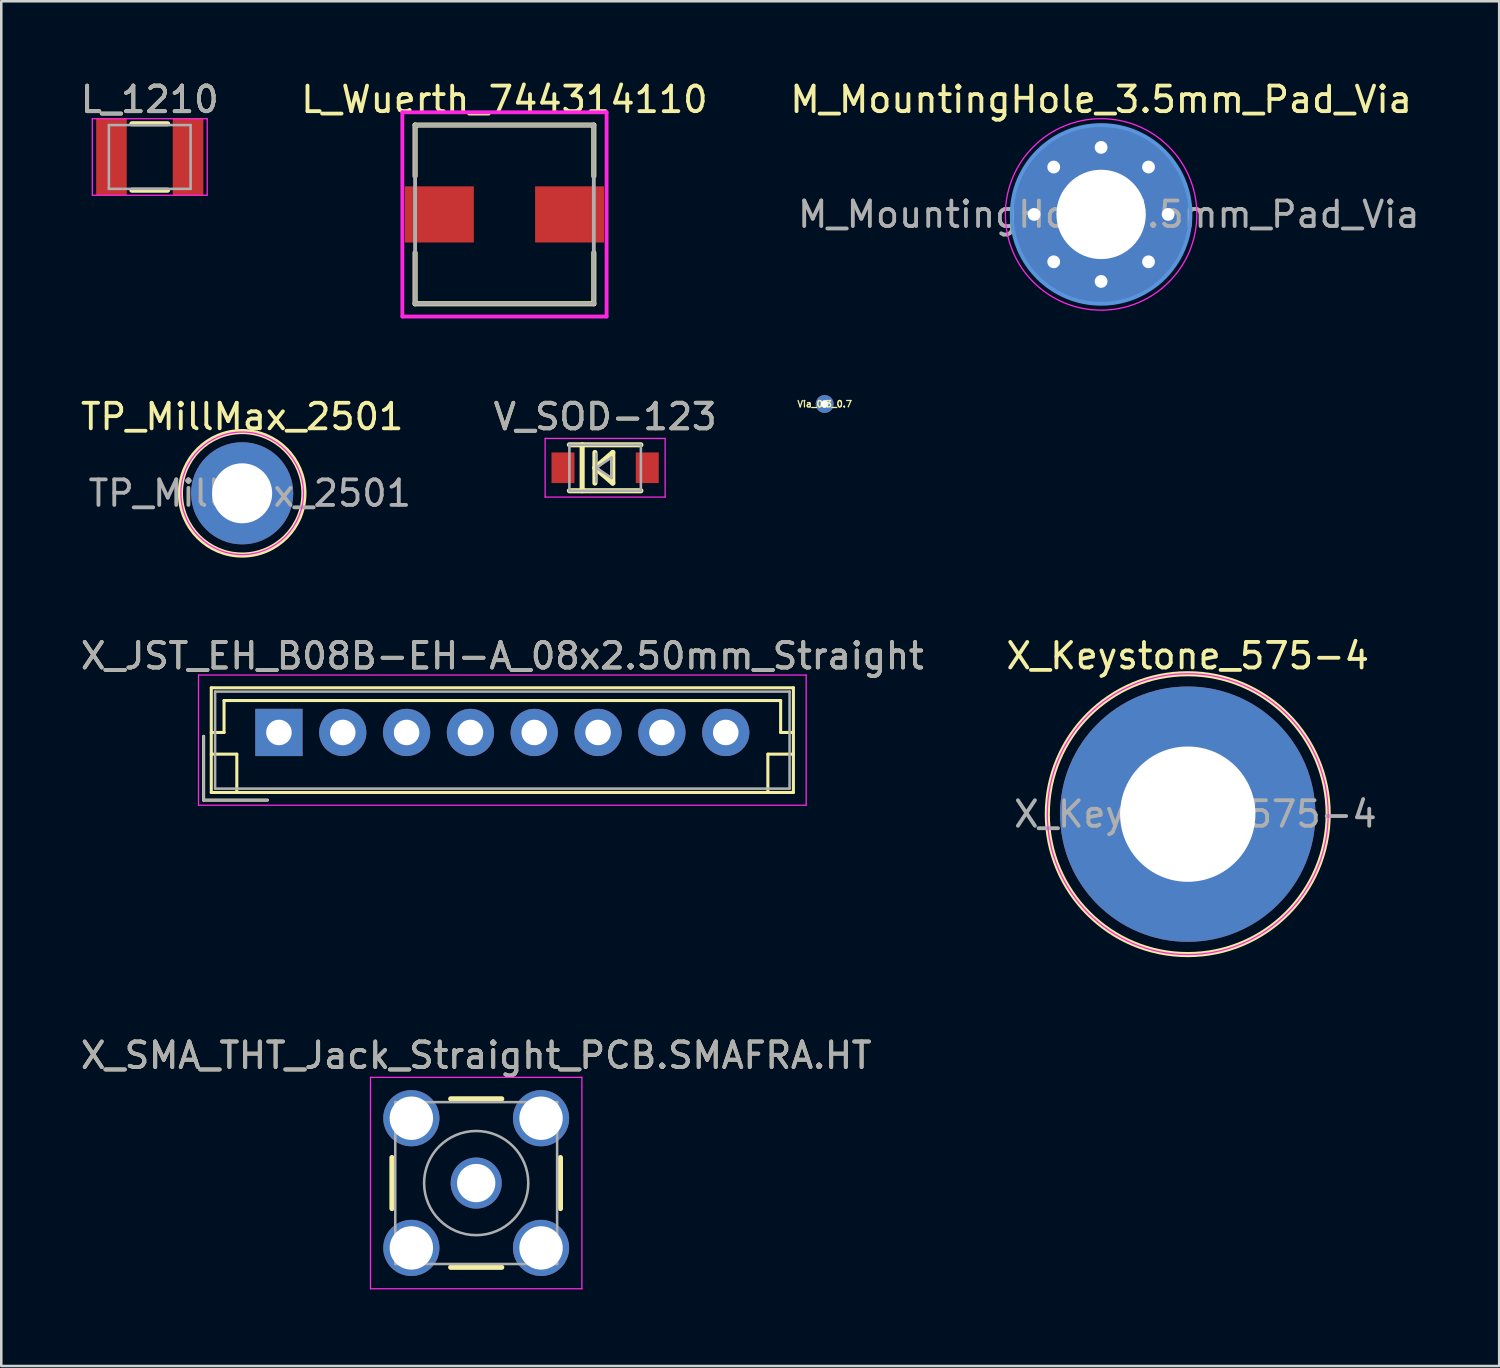
<source format=kicad_pcb>
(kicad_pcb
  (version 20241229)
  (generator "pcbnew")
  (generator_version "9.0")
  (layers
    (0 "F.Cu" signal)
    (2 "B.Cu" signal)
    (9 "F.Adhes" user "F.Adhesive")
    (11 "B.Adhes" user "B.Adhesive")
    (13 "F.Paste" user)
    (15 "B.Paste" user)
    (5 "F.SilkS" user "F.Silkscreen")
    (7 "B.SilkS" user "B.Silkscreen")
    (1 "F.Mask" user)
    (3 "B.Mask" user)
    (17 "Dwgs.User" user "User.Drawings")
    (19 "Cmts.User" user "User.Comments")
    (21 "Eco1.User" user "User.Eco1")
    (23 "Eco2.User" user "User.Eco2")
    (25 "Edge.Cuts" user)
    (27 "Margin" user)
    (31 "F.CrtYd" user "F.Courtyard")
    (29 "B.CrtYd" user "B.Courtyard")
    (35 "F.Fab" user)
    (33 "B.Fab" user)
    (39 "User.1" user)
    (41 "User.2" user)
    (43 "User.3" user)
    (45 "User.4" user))
  (footprint "X_Keystone_575-4"
    (layer "F.Cu")
    (at 43.47 28.838)
    (property "Reference" "X_Keystone_575-4" (at 0 -6.2 0) (layer "F.SilkS") (effects (font (size 1 1) (thickness 0.15))))
    (attr exclude_from_pos_files exclude_from_bom)
    (fp_circle (center 0 0) (end 5.5 0) (stroke (width 0.2) (type solid)) (fill no) (layer "F.SilkS"))
    (fp_circle (center 0 0) (end 5.5 0) (stroke (width 0.05) (type solid)) (fill no) (layer "F.CrtYd"))
    (fp_text user "${REFERENCE}" (at 0.3 0 0) (layer "F.Fab") (effects (font (size 1 1) (thickness 0.15))))
    (pad "1" thru_hole circle (at 0 0) (size 10 10) (drill 5.3) (layers "*.Cu" "*.Mask")))
  (footprint "M_MountingHole_3.5mm_Pad_Via"
    (layer "F.Cu")
    (at 40.077 5.348)
    (property "Reference" "M_MountingHole_3.5mm_Pad_Via" (at 0 -4.5 0) (layer "F.SilkS") (effects (font (size 1 1) (thickness 0.15))))
    (attr exclude_from_pos_files exclude_from_bom)
    (fp_circle (center 0 0) (end 3.5 0) (stroke (width 0.15) (type solid)) (fill no) (layer "Cmts.User"))
    (fp_circle (center 0 0) (end 3.75 0) (stroke (width 0.05) (type solid)) (fill no) (layer "F.CrtYd"))
    (fp_text user "${REFERENCE}" (at 0.3 0 0) (layer "F.Fab") (effects (font (size 1 1) (thickness 0.15))))
    (pad "1" thru_hole circle (at -2.625 0) (size 0.8 0.8) (drill 0.5) (layers "*.Cu" "*.Mask"))
    (pad "1" thru_hole circle (at -1.856 -1.856) (size 0.8 0.8) (drill 0.5) (layers "*.Cu" "*.Mask"))
    (pad "1" thru_hole circle (at -1.856 1.856) (size 0.8 0.8) (drill 0.5) (layers "*.Cu" "*.Mask"))
    (pad "1" thru_hole circle (at 0 -2.625) (size 0.8 0.8) (drill 0.5) (layers "*.Cu" "*.Mask"))
    (pad "1" thru_hole circle (at 0 0) (size 7 7) (drill 3.5) (layers "*.Cu" "*.Mask"))
    (pad "1" thru_hole circle (at 0 2.625) (size 0.8 0.8) (drill 0.5) (layers "*.Cu" "*.Mask"))
    (pad "1" thru_hole circle (at 1.856 -1.856) (size 0.8 0.8) (drill 0.5) (layers "*.Cu" "*.Mask"))
    (pad "1" thru_hole circle (at 1.856 1.856) (size 0.8 0.8) (drill 0.5) (layers "*.Cu" "*.Mask"))
    (pad "1" thru_hole circle (at 2.625 0) (size 0.8 0.8) (drill 0.5) (layers "*.Cu" "*.Mask")))
  (footprint "TP_MillMax_2501"
    (layer "F.Cu")
    (at 6.435 16.271)
    (property "Reference" "TP_MillMax_2501" (at 0 -3 0) (layer "F.SilkS") (effects (font (size 1 1) (thickness 0.15))))
    (attr exclude_from_pos_files exclude_from_bom)
    (fp_circle (center 0 0) (end 2.4 0.3) (stroke (width 0.2) (type solid)) (fill no) (layer "F.SilkS"))
    (fp_circle (center 0 0) (end 2.4 0) (stroke (width 0.05) (type solid)) (fill no) (layer "F.CrtYd"))
    (fp_text user "${REFERENCE}" (at 0.3 0 0) (layer "F.Fab") (effects (font (size 1 1) (thickness 0.15))))
    (pad "1" thru_hole circle (at 0 0) (size 4 4) (drill 2.35) (layers "*.Cu" "*.Mask")))
  (footprint "L_Wuerth_744314110"
    (layer "F.Cu")
    (at 16.708 5.348)
    (property "Reference" "L_Wuerth_744314110" (at 0 -4.5 0) (layer "F.SilkS") (effects (font (size 1 1) (thickness 0.15))))
    (attr smd)
    (fp_line (start -3.5 -3.5) (end -3.5 -1.5) (stroke (width 0.2) (type solid)) (layer "F.SilkS"))
    (fp_line (start -3.5 -3.5) (end 3.5 -3.5) (stroke (width 0.2) (type solid)) (layer "F.SilkS"))
    (fp_line (start -3.5 3.5) (end -3.5 1.5) (stroke (width 0.2) (type solid)) (layer "F.SilkS"))
    (fp_line (start -3.5 3.5) (end 3.5 3.5) (stroke (width 0.2) (type solid)) (layer "F.SilkS"))
    (fp_line (start 3.5 -3.5) (end 3.5 -1.5) (stroke (width 0.2) (type solid)) (layer "F.SilkS"))
    (fp_line (start 3.5 3.5) (end 3.5 1.5) (stroke (width 0.2) (type solid)) (layer "F.SilkS"))
    (fp_line (start -4 -4) (end -4 4) (stroke (width 0.15) (type solid)) (layer "F.CrtYd"))
    (fp_line (start -4 4) (end 4 4) (stroke (width 0.15) (type solid)) (layer "F.CrtYd"))
    (fp_line (start 4 -4) (end -4 -4) (stroke (width 0.15) (type solid)) (layer "F.CrtYd"))
    (fp_line (start 4 4) (end 4 -4) (stroke (width 0.15) (type solid)) (layer "F.CrtYd"))
    (fp_line (start -3.5 -3.5) (end -3.5 3.5) (stroke (width 0.15) (type solid)) (layer "F.Fab"))
    (fp_line (start -3.5 3.5) (end 3.5 3.5) (stroke (width 0.15) (type solid)) (layer "F.Fab"))
    (fp_line (start 3.5 -3.5) (end -3.5 -3.5) (stroke (width 0.15) (type solid)) (layer "F.Fab"))
    (fp_line (start 3.5 3.5) (end 3.5 -3.5) (stroke (width 0.15) (type solid)) (layer "F.Fab"))
    (pad "1" smd rect (at -2.55 0) (size 2.7 2.2) (layers "F.Cu" "F.Mask" "F.Paste"))
    (pad "2" smd rect (at 2.55 0) (size 2.7 2.2) (layers "F.Cu" "F.Mask" "F.Paste")))
  (footprint "L_1210"
    (layer "F.Cu")
    (at 2.815 3.098)
    (property "Reference" "L_1210" (at 0 -2.25 0) (layer "F.SilkS") (effects (font (size 1 1) (thickness 0.15))))
    (attr smd)
    (fp_line (start -0.7 -1.3) (end 0.7 -1.3) (stroke (width 0.2) (type solid)) (layer "F.SilkS"))
    (fp_line (start 0.7 1.3) (end -0.7 1.3) (stroke (width 0.2) (type solid)) (layer "F.SilkS"))
    (fp_line (start -2.25 -1.5) (end -2.25 1.5) (stroke (width 0.05) (type solid)) (layer "F.CrtYd"))
    (fp_line (start -2.25 -1.5) (end 2.25 -1.5) (stroke (width 0.05) (type solid)) (layer "F.CrtYd"))
    (fp_line (start 2.25 1.5) (end -2.25 1.5) (stroke (width 0.05) (type solid)) (layer "F.CrtYd"))
    (fp_line (start 2.25 1.5) (end 2.25 -1.5) (stroke (width 0.05) (type solid)) (layer "F.CrtYd"))
    (fp_line (start -1.6 -1.25) (end 1.6 -1.25) (stroke (width 0.1) (type solid)) (layer "F.Fab"))
    (fp_line (start -1.6 1.25) (end -1.6 -1.25) (stroke (width 0.1) (type solid)) (layer "F.Fab"))
    (fp_line (start 1.6 -1.25) (end 1.6 1.25) (stroke (width 0.1) (type solid)) (layer "F.Fab"))
    (fp_line (start 1.6 1.25) (end -1.6 1.25) (stroke (width 0.1) (type solid)) (layer "F.Fab"))
    (fp_text user "${REFERENCE}" (at 0 -2.25 0) (layer "F.Fab") (effects (font (size 1 1) (thickness 0.15))))
    (pad "1" smd rect (at -1.5 0) (size 1.2 3) (layers "F.Cu" "F.Mask" "F.Paste"))
    (pad "2" smd rect (at 1.5 0) (size 1.2 3) (layers "F.Cu" "F.Mask" "F.Paste")))
  (footprint "Via_0.3_0.7"
    (layer "F.Cu")
    (at 29.249 12.773)
    (property "Reference" "Via_0.3_0.7" (at 0 0 0) (layer "F.SilkS") (effects (font (size 0.25 0.25) (thickness 0.05))))
    (attr exclude_from_pos_files exclude_from_bom)
    (pad "1" thru_hole circle (at 0 0) (size 0.7 0.7) (drill 0.3) (layers "*.Cu" "*.Mask")))
  (footprint "X_JST_EH_B08B-EH-A_08x2.50mm_Straight"
    (layer "F.Cu")
    (at 7.875 25.638)
    (property "Reference" "X_JST_EH_B08B-EH-A_08x2.50mm_Straight" (at 8.75 -3 0) (layer "F.SilkS") (effects (font (size 1 1) (thickness 0.15))))
    (attr through_hole)
    (fp_line (start -2.95 0.15) (end -2.95 2.65) (stroke (width 0.12) (type solid)) (layer "F.SilkS"))
    (fp_line (start -2.95 2.65) (end -0.45 2.65) (stroke (width 0.12) (type solid)) (layer "F.SilkS"))
    (fp_line (start -2.65 -1.75) (end -2.65 2.35) (stroke (width 0.12) (type solid)) (layer "F.SilkS"))
    (fp_line (start -2.65 0) (end -2.15 0) (stroke (width 0.12) (type solid)) (layer "F.SilkS"))
    (fp_line (start -2.65 0.85) (end -1.65 0.85) (stroke (width 0.12) (type solid)) (layer "F.SilkS"))
    (fp_line (start -2.65 2.35) (end 20.15 2.35) (stroke (width 0.12) (type solid)) (layer "F.SilkS"))
    (fp_line (start -2.15 -1.25) (end 19.65 -1.25) (stroke (width 0.12) (type solid)) (layer "F.SilkS"))
    (fp_line (start -2.15 0) (end -2.15 -1.25) (stroke (width 0.12) (type solid)) (layer "F.SilkS"))
    (fp_line (start -1.65 0.85) (end -1.65 2.35) (stroke (width 0.12) (type solid)) (layer "F.SilkS"))
    (fp_line (start 19.15 0.85) (end 19.15 2.35) (stroke (width 0.12) (type solid)) (layer "F.SilkS"))
    (fp_line (start 19.65 -1.25) (end 19.65 0) (stroke (width 0.12) (type solid)) (layer "F.SilkS"))
    (fp_line (start 19.65 0) (end 20.15 0) (stroke (width 0.12) (type solid)) (layer "F.SilkS"))
    (fp_line (start 20.15 -1.75) (end -2.65 -1.75) (stroke (width 0.12) (type solid)) (layer "F.SilkS"))
    (fp_line (start 20.15 0.85) (end 19.15 0.85) (stroke (width 0.12) (type solid)) (layer "F.SilkS"))
    (fp_line (start 20.15 2.35) (end 20.15 -1.75) (stroke (width 0.12) (type solid)) (layer "F.SilkS"))
    (fp_line (start -3.15 -2.25) (end -3.15 2.85) (stroke (width 0.05) (type solid)) (layer "F.CrtYd"))
    (fp_line (start -3.15 2.85) (end 20.65 2.85) (stroke (width 0.05) (type solid)) (layer "F.CrtYd"))
    (fp_line (start 20.65 -2.25) (end -3.15 -2.25) (stroke (width 0.05) (type solid)) (layer "F.CrtYd"))
    (fp_line (start 20.65 2.85) (end 20.65 -2.25) (stroke (width 0.05) (type solid)) (layer "F.CrtYd"))
    (fp_line (start -2.95 0.15) (end -2.95 2.65) (stroke (width 0.1) (type solid)) (layer "F.Fab"))
    (fp_line (start -2.95 2.65) (end -0.45 2.65) (stroke (width 0.1) (type solid)) (layer "F.Fab"))
    (fp_line (start -2.5 -1.6) (end -2.5 2.2) (stroke (width 0.1) (type solid)) (layer "F.Fab"))
    (fp_line (start -2.5 2.2) (end 20 2.2) (stroke (width 0.1) (type solid)) (layer "F.Fab"))
    (fp_line (start 20 -1.6) (end -2.5 -1.6) (stroke (width 0.1) (type solid)) (layer "F.Fab"))
    (fp_line (start 20 2.2) (end 20 -1.6) (stroke (width 0.1) (type solid)) (layer "F.Fab"))
    (fp_text user "${REFERENCE}" (at 8.75 -3 0) (layer "F.Fab") (effects (font (size 1 1) (thickness 0.15))))
    (pad "1" thru_hole rect (at 0 0) (size 1.85 1.85) (drill 1) (layers "*.Cu" "*.Mask"))
    (pad "2" thru_hole circle (at 2.5 0) (size 1.85 1.85) (drill 1) (layers "*.Cu" "*.Mask"))
    (pad "3" thru_hole circle (at 5 0) (size 1.85 1.85) (drill 1) (layers "*.Cu" "*.Mask"))
    (pad "4" thru_hole circle (at 7.5 0) (size 1.85 1.85) (drill 1) (layers "*.Cu" "*.Mask"))
    (pad "5" thru_hole circle (at 10 0) (size 1.85 1.85) (drill 1) (layers "*.Cu" "*.Mask"))
    (pad "6" thru_hole circle (at 12.5 0) (size 1.85 1.85) (drill 1) (layers "*.Cu" "*.Mask"))
    (pad "7" thru_hole circle (at 15 0) (size 1.85 1.85) (drill 1) (layers "*.Cu" "*.Mask"))
    (pad "8" thru_hole circle (at 17.5 0) (size 1.85 1.85) (drill 1) (layers "*.Cu" "*.Mask")))
  (footprint "X_SMA_THT_Jack_Straight_PCB.SMAFRA.HT"
    (layer "F.Cu")
    (at 15.601 43.287)
    (property "Reference" "X_SMA_THT_Jack_Straight_PCB.SMAFRA.HT" (at 0 -5 0) (layer "F.SilkS") (effects (font (size 1 1) (thickness 0.15))))
    (attr through_hole)
    (fp_line (start -3.3 -1) (end -3.3 1) (stroke (width 0.2) (type solid)) (layer "F.SilkS"))
    (fp_line (start -1 -3.3) (end 1 -3.3) (stroke (width 0.2) (type solid)) (layer "F.SilkS"))
    (fp_line (start -1 3.3) (end 1 3.3) (stroke (width 0.2) (type solid)) (layer "F.SilkS"))
    (fp_line (start 3.3 -1) (end 3.3 1) (stroke (width 0.2) (type solid)) (layer "F.SilkS"))
    (fp_line (start -4.14 -4.14) (end -4.14 4.14) (stroke (width 0.05) (type solid)) (layer "F.CrtYd"))
    (fp_line (start -4.14 -4.14) (end 4.14 -4.14) (stroke (width 0.05) (type solid)) (layer "F.CrtYd"))
    (fp_line (start 4.14 4.14) (end -4.14 4.14) (stroke (width 0.05) (type solid)) (layer "F.CrtYd"))
    (fp_line (start 4.14 4.14) (end 4.14 -4.14) (stroke (width 0.05) (type solid)) (layer "F.CrtYd"))
    (fp_line (start -3.17 -3.17) (end -3.17 3.17) (stroke (width 0.1) (type solid)) (layer "F.Fab"))
    (fp_line (start -3.17 -3.17) (end 3.17 -3.17) (stroke (width 0.1) (type solid)) (layer "F.Fab"))
    (fp_line (start -3.17 3.17) (end 3.17 3.17) (stroke (width 0.1) (type solid)) (layer "F.Fab"))
    (fp_line (start -3.05 -3.05) (end -3.05 -2.03) (stroke (width 0.1) (type solid)) (layer "F.Fab"))
    (fp_line (start -3.05 -3.05) (end -2.03 -3.05) (stroke (width 0.1) (type solid)) (layer "F.Fab"))
    (fp_line (start -3.05 -2.03) (end -2.03 -2.03) (stroke (width 0.1) (type solid)) (layer "F.Fab"))
    (fp_line (start -3.05 2.03) (end -2.03 2.03) (stroke (width 0.1) (type solid)) (layer "F.Fab"))
    (fp_line (start -3.05 3.05) (end -3.05 2.03) (stroke (width 0.1) (type solid)) (layer "F.Fab"))
    (fp_line (start -3.05 3.05) (end -2.03 3.05) (stroke (width 0.1) (type solid)) (layer "F.Fab"))
    (fp_line (start -2.03 -3.05) (end -2.03 -2.03) (stroke (width 0.1) (type solid)) (layer "F.Fab"))
    (fp_line (start -2.03 2.03) (end -2.03 3.05) (stroke (width 0.1) (type solid)) (layer "F.Fab"))
    (fp_line (start 2.03 -3.05) (end 2.03 -2.03) (stroke (width 0.1) (type solid)) (layer "F.Fab"))
    (fp_line (start 2.03 -3.05) (end 3.05 -3.05) (stroke (width 0.1) (type solid)) (layer "F.Fab"))
    (fp_line (start 2.03 -2.03) (end 3.05 -2.03) (stroke (width 0.1) (type solid)) (layer "F.Fab"))
    (fp_line (start 2.03 2.03) (end 2.03 3.05) (stroke (width 0.1) (type solid)) (layer "F.Fab"))
    (fp_line (start 2.03 3.05) (end 3.05 3.05) (stroke (width 0.1) (type solid)) (layer "F.Fab"))
    (fp_line (start 3.05 -3.05) (end 3.05 -2.03) (stroke (width 0.1) (type solid)) (layer "F.Fab"))
    (fp_line (start 3.05 2.03) (end 2.03 2.03) (stroke (width 0.1) (type solid)) (layer "F.Fab"))
    (fp_line (start 3.05 2.03) (end 3.05 3.05) (stroke (width 0.1) (type solid)) (layer "F.Fab"))
    (fp_line (start 3.17 -3.17) (end 3.17 3.17) (stroke (width 0.1) (type solid)) (layer "F.Fab"))
    (fp_circle (center 0 0) (end 0.635 0) (stroke (width 0.1) (type solid)) (fill no) (layer "F.Fab"))
    (fp_circle (center 0 0) (end 2.04 0) (stroke (width 0.1) (type solid)) (fill no) (layer "F.Fab"))
    (fp_text user "${REFERENCE}" (at 0 -5 0) (layer "F.Fab") (effects (font (size 1 1) (thickness 0.15))))
    (pad "1" thru_hole circle (at 0 0) (size 2 2) (drill 1.5) (layers "*.Cu" "*.Mask"))
    (pad "2" thru_hole circle (at -2.54 -2.54) (size 2.2 2.2) (drill 1.7) (layers "*.Cu" "*.Mask"))
    (pad "2" thru_hole circle (at -2.54 2.54) (size 2.2 2.2) (drill 1.7) (layers "*.Cu" "*.Mask"))
    (pad "2" thru_hole circle (at 2.54 -2.54) (size 2.2 2.2) (drill 1.7) (layers "*.Cu" "*.Mask"))
    (pad "2" thru_hole circle (at 2.54 2.54) (size 2.2 2.2) (drill 1.7) (layers "*.Cu" "*.Mask")))
  (footprint "V_SOD-123"
    (layer "F.Cu")
    (at 20.651 15.271)
    (property "Reference" "V_SOD-123" (at 0 -2 0) (layer "F.SilkS") (effects (font (size 1 1) (thickness 0.15))))
    (attr smd)
    (fp_line (start -1.4 0.9) (end 1.4 0.9) (stroke (width 0.2) (type solid)) (layer "F.SilkS"))
    (fp_line (start -0.9 -0.9) (end -0.9 0.9) (stroke (width 0.2) (type solid)) (layer "F.SilkS"))
    (fp_line (start -0.4 -0.6) (end -0.4 0.6) (stroke (width 0.2) (type solid)) (layer "F.SilkS"))
    (fp_line (start -0.4 0) (end 0.3 -0.6) (stroke (width 0.2) (type solid)) (layer "F.SilkS"))
    (fp_line (start -0.4 0) (end 0.3 0.6) (stroke (width 0.2) (type solid)) (layer "F.SilkS"))
    (fp_line (start 0.3 -0.6) (end 0.3 0.6) (stroke (width 0.2) (type solid)) (layer "F.SilkS"))
    (fp_line (start 1.4 -0.9) (end -1.4 -0.9) (stroke (width 0.2) (type solid)) (layer "F.SilkS"))
    (fp_line (start -2.35 -1.15) (end -2.35 1.15) (stroke (width 0.05) (type solid)) (layer "F.CrtYd"))
    (fp_line (start -2.35 -1.15) (end 2.35 -1.15) (stroke (width 0.05) (type solid)) (layer "F.CrtYd"))
    (fp_line (start 2.35 -1.15) (end 2.35 1.15) (stroke (width 0.05) (type solid)) (layer "F.CrtYd"))
    (fp_line (start 2.35 1.15) (end -2.35 1.15) (stroke (width 0.05) (type solid)) (layer "F.CrtYd"))
    (fp_line (start -1.4 -0.9) (end 1.4 -0.9) (stroke (width 0.1) (type solid)) (layer "F.Fab"))
    (fp_line (start -1.4 0.9) (end -1.4 -0.9) (stroke (width 0.1) (type solid)) (layer "F.Fab"))
    (fp_line (start -0.35 0) (end -0.35 -0.55) (stroke (width 0.1) (type solid)) (layer "F.Fab"))
    (fp_line (start -0.35 0) (end -0.35 0.55) (stroke (width 0.1) (type solid)) (layer "F.Fab"))
    (fp_line (start -0.35 0) (end 0.25 -0.4) (stroke (width 0.1) (type solid)) (layer "F.Fab"))
    (fp_line (start 0.25 -0.4) (end 0.25 0.4) (stroke (width 0.1) (type solid)) (layer "F.Fab"))
    (fp_line (start 0.25 0.4) (end -0.35 0) (stroke (width 0.1) (type solid)) (layer "F.Fab"))
    (fp_line (start 1.4 -0.9) (end 1.4 0.9) (stroke (width 0.1) (type solid)) (layer "F.Fab"))
    (fp_line (start 1.4 0.9) (end -1.4 0.9) (stroke (width 0.1) (type solid)) (layer "F.Fab"))
    (fp_text user "${REFERENCE}" (at 0 -2 0) (layer "F.Fab") (effects (font (size 1 1) (thickness 0.15))))
    (pad "1" smd rect (at -1.65 0) (size 0.9 1.2) (layers "F.Cu" "F.Mask" "F.Paste"))
    (pad "2" smd rect (at 1.65 0) (size 0.9 1.2) (layers "F.Cu" "F.Mask" "F.Paste")))
  (gr_rect
    (start -3 -3)
    (end 55.669 50.452)
    (stroke (width 0.1) (type default))
    (fill no)
    (layer "Edge.Cuts")))
</source>
